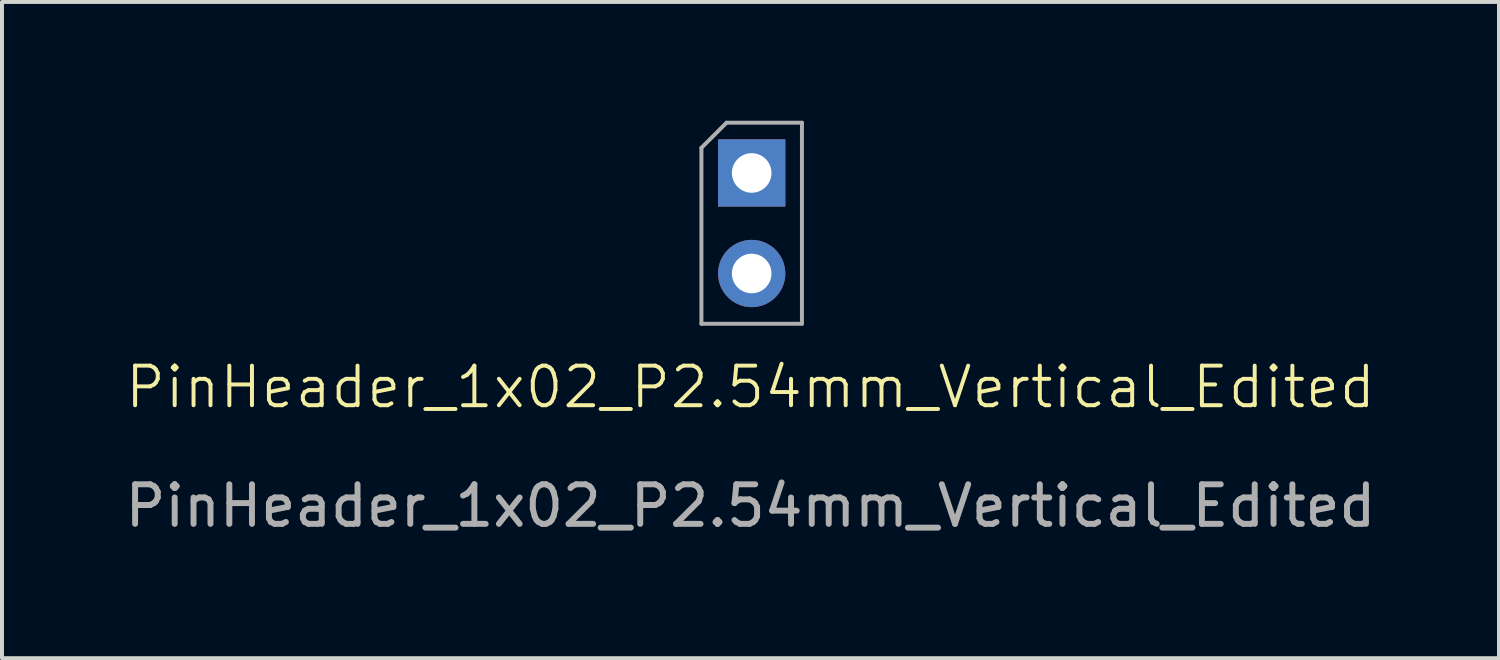
<source format=kicad_pcb>
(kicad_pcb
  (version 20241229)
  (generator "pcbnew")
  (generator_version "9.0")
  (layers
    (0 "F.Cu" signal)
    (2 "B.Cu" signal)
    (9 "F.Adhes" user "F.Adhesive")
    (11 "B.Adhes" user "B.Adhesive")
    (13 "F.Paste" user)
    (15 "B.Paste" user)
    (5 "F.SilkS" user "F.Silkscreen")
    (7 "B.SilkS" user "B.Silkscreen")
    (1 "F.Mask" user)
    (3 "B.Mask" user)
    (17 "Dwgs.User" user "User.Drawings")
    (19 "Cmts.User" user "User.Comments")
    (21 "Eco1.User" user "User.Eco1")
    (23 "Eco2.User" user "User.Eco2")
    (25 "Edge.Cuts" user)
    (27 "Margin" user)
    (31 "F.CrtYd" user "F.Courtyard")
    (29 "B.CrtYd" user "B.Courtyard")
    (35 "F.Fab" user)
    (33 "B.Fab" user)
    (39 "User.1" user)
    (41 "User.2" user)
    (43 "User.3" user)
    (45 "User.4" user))
  (footprint "PinHeader_1x02_P2.54mm_Vertical_Edited"
    (layer "F.Cu")
    (at 15.911 7.23)
    (property "Reference" "PinHeader_1x02_P2.54mm_Vertical_Edited" (at 0 -0.5 0) (unlocked yes) (layer "F.SilkS") (effects (font (size 1 1) (thickness 0.1))))
    (attr smd)
    (fp_line (start -1.24 -6.545) (end -0.605 -7.18) (stroke (width 0.1) (type solid)) (layer "F.Fab"))
    (fp_line (start -1.24 -2.1) (end -1.24 -6.545) (stroke (width 0.1) (type solid)) (layer "F.Fab"))
    (fp_line (start -0.605 -7.18) (end 1.3 -7.18) (stroke (width 0.1) (type solid)) (layer "F.Fab"))
    (fp_line (start 1.3 -7.18) (end 1.3 -2.1) (stroke (width 0.1) (type solid)) (layer "F.Fab"))
    (fp_line (start 1.3 -2.1) (end -1.24 -2.1) (stroke (width 0.1) (type solid)) (layer "F.Fab"))
    (fp_text user "${REFERENCE}" (at 0 2.5 0) (unlocked yes) (layer "F.Fab") (effects (font (size 1 1) (thickness 0.15))))
    (pad "1" thru_hole rect (at 0.03 -5.91) (size 1.7 1.7) (drill 1) (layers "*.Cu" "*.Mask"))
    (pad "2" thru_hole circle (at 0.03 -3.37) (size 1.7 1.7) (drill 1) (layers "*.Cu" "*.Mask")))
  (gr_rect
    (start -3 -3)
    (end 34.821 13.578)
    (stroke (width 0.1) (type default))
    (fill no)
    (layer "Edge.Cuts")))
</source>
